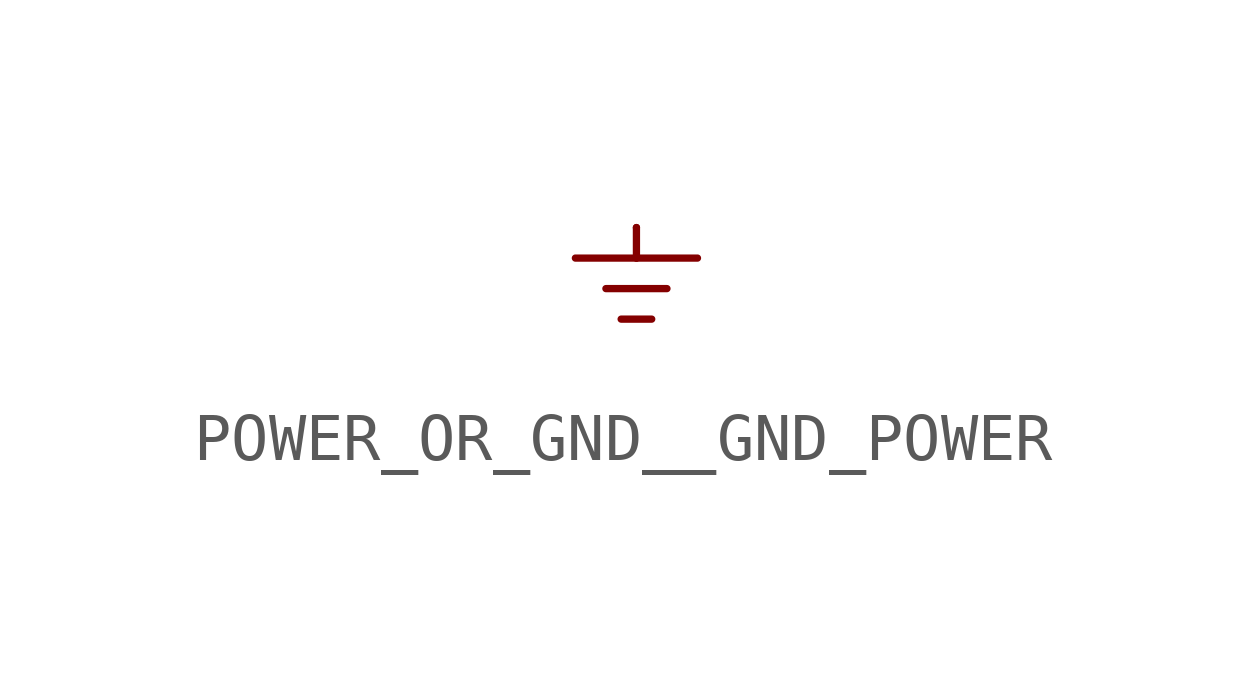
<source format=kicad_sym>
(kicad_symbol_lib
  (version 20231120)
  (generator "kicad_symbol_editor")
  (generator_version "8.0")
  (symbol "POWER_OR_GND__GND_POWER"
    (power)
    (property "Reference" ""
      (at 0 0 0)
      (effects (font (size 1.27 1.27)) (hide yes)))
    (property "Value" ""
      (at -1.905 -3.175 0)
      (effects (font (size 0.813 0.691)) (justify left bottom)))
    (property "ki_locked" ""
      (at 0 0 0)
      (effects (font (size 1.27 1.27))))
    (symbol "POWER_OR_GND__GND_POWER_1_0"
      (polyline (pts (xy -1.27 -0.635) (xy 0 -0.635)) (stroke (width 0.152) (type solid)) (fill (type none)))
      (polyline (pts (xy -0.635 -1.27) (xy 0.635 -1.27)) (stroke (width 0.152) (type solid)) (fill (type none)))
      (polyline (pts (xy -0.318 -1.905) (xy 0.318 -1.905)) (stroke (width 0.152) (type solid)) (fill (type none)))
      (polyline (pts (xy 0 -0.635) (xy 1.27 -0.635)) (stroke (width 0.152) (type solid)) (fill (type none)))
      (polyline (pts (xy 0 0) (xy 0 -0.635)) (stroke (width 0.152) (type solid)) (fill (type none)))
      (pin power_in line (at 0 0 270) (length 0) (name "GND" (effects (font (size 0 0)))) (number "1" (effects (font (size 0 0))))))))
</source>
